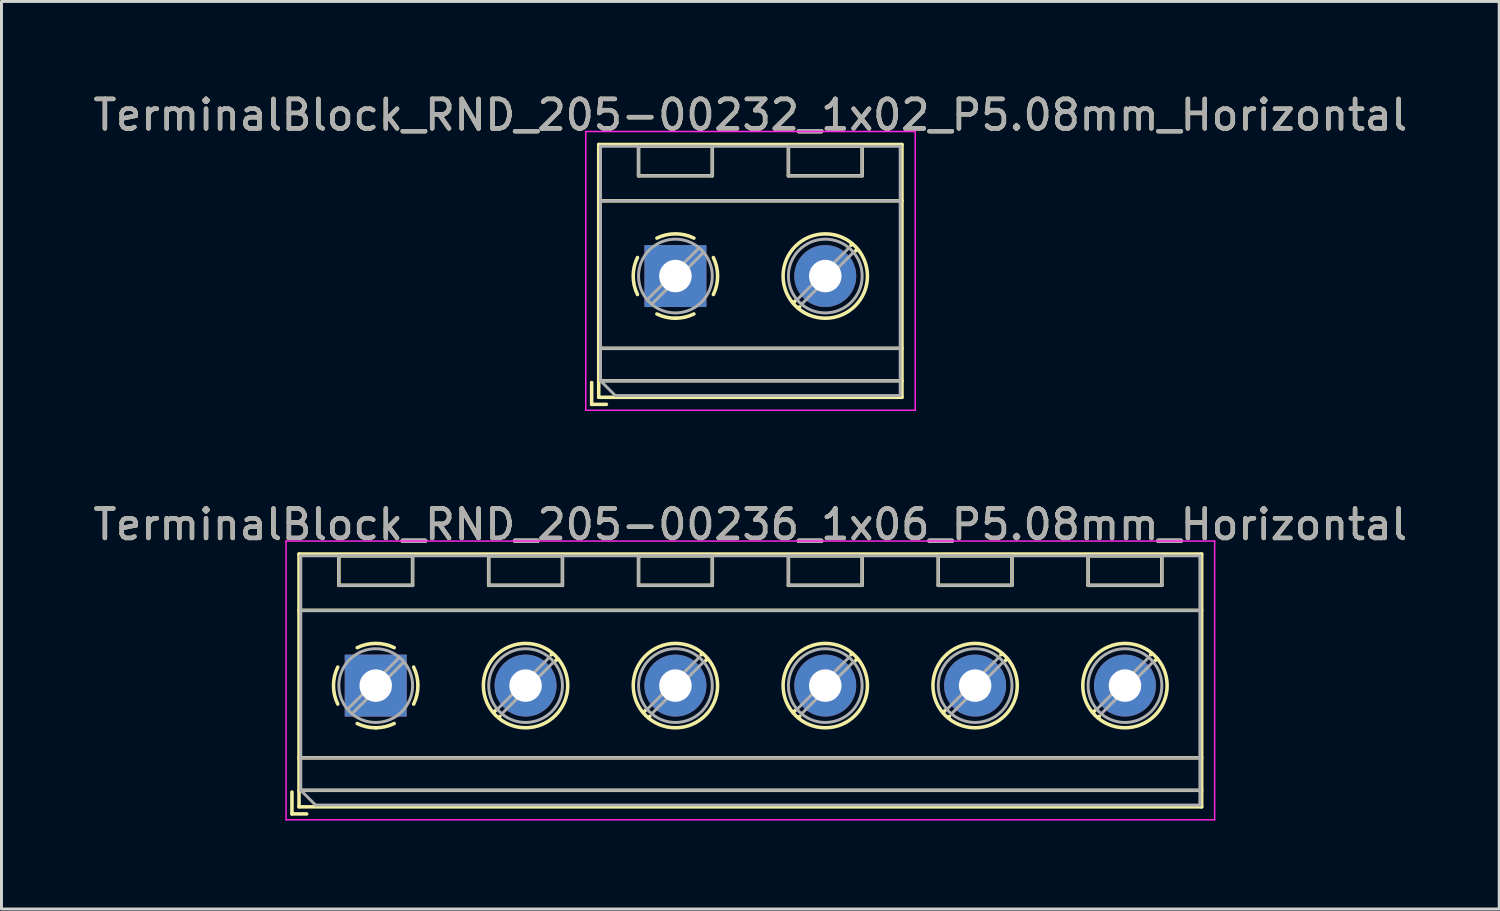
<source format=kicad_pcb>
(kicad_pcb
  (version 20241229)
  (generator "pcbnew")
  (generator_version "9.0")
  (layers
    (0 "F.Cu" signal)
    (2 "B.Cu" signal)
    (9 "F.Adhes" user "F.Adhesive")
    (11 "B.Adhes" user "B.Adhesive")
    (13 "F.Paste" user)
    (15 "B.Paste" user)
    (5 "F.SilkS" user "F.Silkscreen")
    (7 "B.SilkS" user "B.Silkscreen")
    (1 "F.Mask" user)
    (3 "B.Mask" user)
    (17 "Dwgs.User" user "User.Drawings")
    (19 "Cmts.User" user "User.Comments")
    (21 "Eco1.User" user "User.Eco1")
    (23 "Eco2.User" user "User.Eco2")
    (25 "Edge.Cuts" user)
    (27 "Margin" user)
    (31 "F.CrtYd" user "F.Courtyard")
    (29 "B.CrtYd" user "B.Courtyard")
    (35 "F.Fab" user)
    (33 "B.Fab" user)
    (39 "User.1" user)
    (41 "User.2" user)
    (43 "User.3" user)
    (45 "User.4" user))
  (footprint "TerminalBlock_RND_205-00236_1x06_P5.08mm_Horizontal"
    (layer "F.Cu")
    (at 9.687 20.192)
    (property "Reference" "TerminalBlock_RND_205-00236_1x06_P5.08mm_Horizontal" (at 12.7 -5.46 0) (layer "F.SilkS") (effects (font (size 1 1) (thickness 0.15))))
    (attr through_hole)
    (fp_line (start -2.84 3.61) (end -2.84 4.35) (stroke (width 0.12) (type solid)) (layer "F.SilkS"))
    (fp_line (start -2.84 4.35) (end -2.34 4.35) (stroke (width 0.12) (type solid)) (layer "F.SilkS"))
    (fp_line (start -2.6 -4.46) (end -2.6 4.11) (stroke (width 0.12) (type solid)) (layer "F.SilkS"))
    (fp_line (start -2.6 -4.46) (end 28 -4.46) (stroke (width 0.12) (type solid)) (layer "F.SilkS"))
    (fp_line (start -2.6 -2.55) (end 28 -2.55) (stroke (width 0.12) (type solid)) (layer "F.SilkS"))
    (fp_line (start -2.6 2.45) (end 28 2.45) (stroke (width 0.12) (type solid)) (layer "F.SilkS"))
    (fp_line (start -2.6 3.55) (end 28 3.55) (stroke (width 0.12) (type solid)) (layer "F.SilkS"))
    (fp_line (start -2.6 4.11) (end 28 4.11) (stroke (width 0.12) (type solid)) (layer "F.SilkS"))
    (fp_line (start -1.25 -4.4) (end -1.25 -3.4) (stroke (width 0.12) (type solid)) (layer "F.SilkS"))
    (fp_line (start -1.25 -4.4) (end 1.25 -4.4) (stroke (width 0.12) (type solid)) (layer "F.SilkS"))
    (fp_line (start -1.25 -3.4) (end 1.25 -3.4) (stroke (width 0.12) (type solid)) (layer "F.SilkS"))
    (fp_line (start 1.25 -4.4) (end 1.25 -3.4) (stroke (width 0.12) (type solid)) (layer "F.SilkS"))
    (fp_line (start 3.83 -4.4) (end 3.83 -3.4) (stroke (width 0.12) (type solid)) (layer "F.SilkS"))
    (fp_line (start 3.83 -4.4) (end 6.33 -4.4) (stroke (width 0.12) (type solid)) (layer "F.SilkS"))
    (fp_line (start 3.83 -3.4) (end 6.33 -3.4) (stroke (width 0.12) (type solid)) (layer "F.SilkS"))
    (fp_line (start 4.056 0.85) (end 3.996 0.91) (stroke (width 0.12) (type solid)) (layer "F.SilkS"))
    (fp_line (start 4.21 1.045) (end 4.17 1.085) (stroke (width 0.12) (type solid)) (layer "F.SilkS"))
    (fp_line (start 5.991 -1.085) (end 5.951 -1.045) (stroke (width 0.12) (type solid)) (layer "F.SilkS"))
    (fp_line (start 6.165 -0.91) (end 6.105 -0.851) (stroke (width 0.12) (type solid)) (layer "F.SilkS"))
    (fp_line (start 6.33 -4.4) (end 6.33 -3.4) (stroke (width 0.12) (type solid)) (layer "F.SilkS"))
    (fp_line (start 8.91 -4.4) (end 8.91 -3.4) (stroke (width 0.12) (type solid)) (layer "F.SilkS"))
    (fp_line (start 8.91 -4.4) (end 11.41 -4.4) (stroke (width 0.12) (type solid)) (layer "F.SilkS"))
    (fp_line (start 8.91 -3.4) (end 11.41 -3.4) (stroke (width 0.12) (type solid)) (layer "F.SilkS"))
    (fp_line (start 9.136 0.85) (end 9.076 0.91) (stroke (width 0.12) (type solid)) (layer "F.SilkS"))
    (fp_line (start 9.29 1.045) (end 9.25 1.085) (stroke (width 0.12) (type solid)) (layer "F.SilkS"))
    (fp_line (start 11.071 -1.085) (end 11.031 -1.045) (stroke (width 0.12) (type solid)) (layer "F.SilkS"))
    (fp_line (start 11.245 -0.91) (end 11.185 -0.851) (stroke (width 0.12) (type solid)) (layer "F.SilkS"))
    (fp_line (start 11.41 -4.4) (end 11.41 -3.4) (stroke (width 0.12) (type solid)) (layer "F.SilkS"))
    (fp_line (start 13.99 -4.4) (end 13.99 -3.4) (stroke (width 0.12) (type solid)) (layer "F.SilkS"))
    (fp_line (start 13.99 -4.4) (end 16.49 -4.4) (stroke (width 0.12) (type solid)) (layer "F.SilkS"))
    (fp_line (start 13.99 -3.4) (end 16.49 -3.4) (stroke (width 0.12) (type solid)) (layer "F.SilkS"))
    (fp_line (start 14.216 0.85) (end 14.156 0.91) (stroke (width 0.12) (type solid)) (layer "F.SilkS"))
    (fp_line (start 14.37 1.045) (end 14.33 1.085) (stroke (width 0.12) (type solid)) (layer "F.SilkS"))
    (fp_line (start 16.151 -1.085) (end 16.111 -1.045) (stroke (width 0.12) (type solid)) (layer "F.SilkS"))
    (fp_line (start 16.325 -0.91) (end 16.265 -0.851) (stroke (width 0.12) (type solid)) (layer "F.SilkS"))
    (fp_line (start 16.49 -4.4) (end 16.49 -3.4) (stroke (width 0.12) (type solid)) (layer "F.SilkS"))
    (fp_line (start 19.07 -4.4) (end 19.07 -3.4) (stroke (width 0.12) (type solid)) (layer "F.SilkS"))
    (fp_line (start 19.07 -4.4) (end 21.57 -4.4) (stroke (width 0.12) (type solid)) (layer "F.SilkS"))
    (fp_line (start 19.07 -3.4) (end 21.57 -3.4) (stroke (width 0.12) (type solid)) (layer "F.SilkS"))
    (fp_line (start 19.296 0.85) (end 19.236 0.91) (stroke (width 0.12) (type solid)) (layer "F.SilkS"))
    (fp_line (start 19.45 1.045) (end 19.41 1.085) (stroke (width 0.12) (type solid)) (layer "F.SilkS"))
    (fp_line (start 21.231 -1.085) (end 21.191 -1.045) (stroke (width 0.12) (type solid)) (layer "F.SilkS"))
    (fp_line (start 21.405 -0.91) (end 21.345 -0.851) (stroke (width 0.12) (type solid)) (layer "F.SilkS"))
    (fp_line (start 21.57 -4.4) (end 21.57 -3.4) (stroke (width 0.12) (type solid)) (layer "F.SilkS"))
    (fp_line (start 24.15 -4.4) (end 24.15 -3.4) (stroke (width 0.12) (type solid)) (layer "F.SilkS"))
    (fp_line (start 24.15 -4.4) (end 26.65 -4.4) (stroke (width 0.12) (type solid)) (layer "F.SilkS"))
    (fp_line (start 24.15 -3.4) (end 26.65 -3.4) (stroke (width 0.12) (type solid)) (layer "F.SilkS"))
    (fp_line (start 24.376 0.85) (end 24.316 0.91) (stroke (width 0.12) (type solid)) (layer "F.SilkS"))
    (fp_line (start 24.53 1.045) (end 24.49 1.085) (stroke (width 0.12) (type solid)) (layer "F.SilkS"))
    (fp_line (start 26.311 -1.085) (end 26.271 -1.045) (stroke (width 0.12) (type solid)) (layer "F.SilkS"))
    (fp_line (start 26.485 -0.91) (end 26.425 -0.851) (stroke (width 0.12) (type solid)) (layer "F.SilkS"))
    (fp_line (start 26.65 -4.4) (end 26.65 -3.4) (stroke (width 0.12) (type solid)) (layer "F.SilkS"))
    (fp_line (start 28 -4.46) (end 28 4.11) (stroke (width 0.12) (type solid)) (layer "F.SilkS"))
    (fp_arc (start -1.286611 0.626746) (mid -1.431146 -0.000697) (end -1.286 -0.628) (stroke (width 0.12) (type solid)) (layer "F.SilkS"))
    (fp_arc (start -0.627362 -1.285823) (mid -0.000201 -1.430707) (end 0.627 -1.286) (stroke (width 0.12) (type solid)) (layer "F.SilkS"))
    (fp_arc (start 0.02428 1.43094) (mid -0.310437 1.397071) (end -0.628 1.286) (stroke (width 0.12) (type solid)) (layer "F.SilkS"))
    (fp_arc (start 0.626871 1.285275) (mid 0.32168 1.393349) (end 0 1.43) (stroke (width 0.12) (type solid)) (layer "F.SilkS"))
    (fp_arc (start 1.285823 -0.627362) (mid 1.430707 -0.000201) (end 1.286 0.627) (stroke (width 0.12) (type solid)) (layer "F.SilkS"))
    (fp_circle (center 5.08 0) (end 6.51 0) (stroke (width 0.12) (type solid)) (fill no) (layer "F.SilkS"))
    (fp_circle (center 10.16 0) (end 11.59 0) (stroke (width 0.12) (type solid)) (fill no) (layer "F.SilkS"))
    (fp_circle (center 15.24 0) (end 16.67 0) (stroke (width 0.12) (type solid)) (fill no) (layer "F.SilkS"))
    (fp_circle (center 20.32 0) (end 21.75 0) (stroke (width 0.12) (type solid)) (fill no) (layer "F.SilkS"))
    (fp_circle (center 25.4 0) (end 26.83 0) (stroke (width 0.12) (type solid)) (fill no) (layer "F.SilkS"))
    (fp_line (start -3.04 -4.9) (end -3.04 4.55) (stroke (width 0.05) (type solid)) (layer "F.CrtYd"))
    (fp_line (start -3.04 4.55) (end 28.44 4.55) (stroke (width 0.05) (type solid)) (layer "F.CrtYd"))
    (fp_line (start 28.44 -4.9) (end -3.04 -4.9) (stroke (width 0.05) (type solid)) (layer "F.CrtYd"))
    (fp_line (start 28.44 4.55) (end 28.44 -4.9) (stroke (width 0.05) (type solid)) (layer "F.CrtYd"))
    (fp_line (start -2.54 -4.4) (end 27.94 -4.4) (stroke (width 0.1) (type solid)) (layer "F.Fab"))
    (fp_line (start -2.54 -2.55) (end 27.94 -2.55) (stroke (width 0.1) (type solid)) (layer "F.Fab"))
    (fp_line (start -2.54 2.45) (end 27.94 2.45) (stroke (width 0.1) (type solid)) (layer "F.Fab"))
    (fp_line (start -2.54 3.55) (end -2.54 -4.4) (stroke (width 0.1) (type solid)) (layer "F.Fab"))
    (fp_line (start -2.54 3.55) (end 27.94 3.55) (stroke (width 0.1) (type solid)) (layer "F.Fab"))
    (fp_line (start -2.04 4.05) (end -2.54 3.55) (stroke (width 0.1) (type solid)) (layer "F.Fab"))
    (fp_line (start -1.25 -4.4) (end -1.25 -3.4) (stroke (width 0.1) (type solid)) (layer "F.Fab"))
    (fp_line (start -1.25 -3.4) (end 1.25 -3.4) (stroke (width 0.1) (type solid)) (layer "F.Fab"))
    (fp_line (start 0.796 -0.948) (end -0.949 0.796) (stroke (width 0.1) (type solid)) (layer "F.Fab"))
    (fp_line (start 0.949 -0.796) (end -0.796 0.948) (stroke (width 0.1) (type solid)) (layer "F.Fab"))
    (fp_line (start 1.25 -4.4) (end -1.25 -4.4) (stroke (width 0.1) (type solid)) (layer "F.Fab"))
    (fp_line (start 1.25 -3.4) (end 1.25 -4.4) (stroke (width 0.1) (type solid)) (layer "F.Fab"))
    (fp_line (start 3.83 -4.4) (end 3.83 -3.4) (stroke (width 0.1) (type solid)) (layer "F.Fab"))
    (fp_line (start 3.83 -3.4) (end 6.33 -3.4) (stroke (width 0.1) (type solid)) (layer "F.Fab"))
    (fp_line (start 5.876 -0.948) (end 4.132 0.796) (stroke (width 0.1) (type solid)) (layer "F.Fab"))
    (fp_line (start 6.029 -0.796) (end 4.285 0.948) (stroke (width 0.1) (type solid)) (layer "F.Fab"))
    (fp_line (start 6.33 -4.4) (end 3.83 -4.4) (stroke (width 0.1) (type solid)) (layer "F.Fab"))
    (fp_line (start 6.33 -3.4) (end 6.33 -4.4) (stroke (width 0.1) (type solid)) (layer "F.Fab"))
    (fp_line (start 8.91 -4.4) (end 8.91 -3.4) (stroke (width 0.1) (type solid)) (layer "F.Fab"))
    (fp_line (start 8.91 -3.4) (end 11.41 -3.4) (stroke (width 0.1) (type solid)) (layer "F.Fab"))
    (fp_line (start 10.956 -0.948) (end 9.212 0.796) (stroke (width 0.1) (type solid)) (layer "F.Fab"))
    (fp_line (start 11.109 -0.796) (end 9.365 0.948) (stroke (width 0.1) (type solid)) (layer "F.Fab"))
    (fp_line (start 11.41 -4.4) (end 8.91 -4.4) (stroke (width 0.1) (type solid)) (layer "F.Fab"))
    (fp_line (start 11.41 -3.4) (end 11.41 -4.4) (stroke (width 0.1) (type solid)) (layer "F.Fab"))
    (fp_line (start 13.99 -4.4) (end 13.99 -3.4) (stroke (width 0.1) (type solid)) (layer "F.Fab"))
    (fp_line (start 13.99 -3.4) (end 16.49 -3.4) (stroke (width 0.1) (type solid)) (layer "F.Fab"))
    (fp_line (start 16.036 -0.948) (end 14.292 0.796) (stroke (width 0.1) (type solid)) (layer "F.Fab"))
    (fp_line (start 16.189 -0.796) (end 14.445 0.948) (stroke (width 0.1) (type solid)) (layer "F.Fab"))
    (fp_line (start 16.49 -4.4) (end 13.99 -4.4) (stroke (width 0.1) (type solid)) (layer "F.Fab"))
    (fp_line (start 16.49 -3.4) (end 16.49 -4.4) (stroke (width 0.1) (type solid)) (layer "F.Fab"))
    (fp_line (start 19.07 -4.4) (end 19.07 -3.4) (stroke (width 0.1) (type solid)) (layer "F.Fab"))
    (fp_line (start 19.07 -3.4) (end 21.57 -3.4) (stroke (width 0.1) (type solid)) (layer "F.Fab"))
    (fp_line (start 21.116 -0.948) (end 19.372 0.796) (stroke (width 0.1) (type solid)) (layer "F.Fab"))
    (fp_line (start 21.269 -0.796) (end 19.525 0.948) (stroke (width 0.1) (type solid)) (layer "F.Fab"))
    (fp_line (start 21.57 -4.4) (end 19.07 -4.4) (stroke (width 0.1) (type solid)) (layer "F.Fab"))
    (fp_line (start 21.57 -3.4) (end 21.57 -4.4) (stroke (width 0.1) (type solid)) (layer "F.Fab"))
    (fp_line (start 24.15 -4.4) (end 24.15 -3.4) (stroke (width 0.1) (type solid)) (layer "F.Fab"))
    (fp_line (start 24.15 -3.4) (end 26.65 -3.4) (stroke (width 0.1) (type solid)) (layer "F.Fab"))
    (fp_line (start 26.196 -0.948) (end 24.452 0.796) (stroke (width 0.1) (type solid)) (layer "F.Fab"))
    (fp_line (start 26.349 -0.796) (end 24.605 0.948) (stroke (width 0.1) (type solid)) (layer "F.Fab"))
    (fp_line (start 26.65 -4.4) (end 24.15 -4.4) (stroke (width 0.1) (type solid)) (layer "F.Fab"))
    (fp_line (start 26.65 -3.4) (end 26.65 -4.4) (stroke (width 0.1) (type solid)) (layer "F.Fab"))
    (fp_line (start 27.94 -4.4) (end 27.94 4.05) (stroke (width 0.1) (type solid)) (layer "F.Fab"))
    (fp_line (start 27.94 4.05) (end -2.04 4.05) (stroke (width 0.1) (type solid)) (layer "F.Fab"))
    (fp_circle (center 0 0) (end 1.25 0) (stroke (width 0.1) (type solid)) (fill no) (layer "F.Fab"))
    (fp_circle (center 5.08 0) (end 6.33 0) (stroke (width 0.1) (type solid)) (fill no) (layer "F.Fab"))
    (fp_circle (center 10.16 0) (end 11.41 0) (stroke (width 0.1) (type solid)) (fill no) (layer "F.Fab"))
    (fp_circle (center 15.24 0) (end 16.49 0) (stroke (width 0.1) (type solid)) (fill no) (layer "F.Fab"))
    (fp_circle (center 20.32 0) (end 21.57 0) (stroke (width 0.1) (type solid)) (fill no) (layer "F.Fab"))
    (fp_circle (center 25.4 0) (end 26.65 0) (stroke (width 0.1) (type solid)) (fill no) (layer "F.Fab"))
    (fp_text user "${REFERENCE}" (at 12.7 -5.46 0) (layer "F.Fab") (effects (font (size 1 1) (thickness 0.15))))
    (pad "1" thru_hole rect (at 0 0) (size 2.1 2.1) (drill 1.1) (layers "*.Cu" "*.Mask"))
    (pad "2" thru_hole circle (at 5.08 0) (size 2.1 2.1) (drill 1.1) (layers "*.Cu" "*.Mask"))
    (pad "3" thru_hole circle (at 10.16 0) (size 2.1 2.1) (drill 1.1) (layers "*.Cu" "*.Mask"))
    (pad "4" thru_hole circle (at 15.24 0) (size 2.1 2.1) (drill 1.1) (layers "*.Cu" "*.Mask"))
    (pad "5" thru_hole circle (at 20.32 0) (size 2.1 2.1) (drill 1.1) (layers "*.Cu" "*.Mask"))
    (pad "6" thru_hole circle (at 25.4 0) (size 2.1 2.1) (drill 1.1) (layers "*.Cu" "*.Mask")))
  (footprint "TerminalBlock_RND_205-00232_1x02_P5.08mm_Horizontal"
    (layer "F.Cu")
    (at 19.847 6.308)
    (property "Reference" "TerminalBlock_RND_205-00232_1x02_P5.08mm_Horizontal" (at 2.54 -5.46 0) (layer "F.SilkS") (effects (font (size 1 1) (thickness 0.15))))
    (attr through_hole)
    (fp_line (start -2.84 3.61) (end -2.84 4.35) (stroke (width 0.12) (type solid)) (layer "F.SilkS"))
    (fp_line (start -2.84 4.35) (end -2.34 4.35) (stroke (width 0.12) (type solid)) (layer "F.SilkS"))
    (fp_line (start -2.6 -4.46) (end -2.6 4.11) (stroke (width 0.12) (type solid)) (layer "F.SilkS"))
    (fp_line (start -2.6 -4.46) (end 7.68 -4.46) (stroke (width 0.12) (type solid)) (layer "F.SilkS"))
    (fp_line (start -2.6 -2.55) (end 7.68 -2.55) (stroke (width 0.12) (type solid)) (layer "F.SilkS"))
    (fp_line (start -2.6 2.45) (end 7.68 2.45) (stroke (width 0.12) (type solid)) (layer "F.SilkS"))
    (fp_line (start -2.6 3.55) (end 7.68 3.55) (stroke (width 0.12) (type solid)) (layer "F.SilkS"))
    (fp_line (start -2.6 4.11) (end 7.68 4.11) (stroke (width 0.12) (type solid)) (layer "F.SilkS"))
    (fp_line (start -1.25 -4.4) (end -1.25 -3.4) (stroke (width 0.12) (type solid)) (layer "F.SilkS"))
    (fp_line (start -1.25 -4.4) (end 1.25 -4.4) (stroke (width 0.12) (type solid)) (layer "F.SilkS"))
    (fp_line (start -1.25 -3.4) (end 1.25 -3.4) (stroke (width 0.12) (type solid)) (layer "F.SilkS"))
    (fp_line (start 1.25 -4.4) (end 1.25 -3.4) (stroke (width 0.12) (type solid)) (layer "F.SilkS"))
    (fp_line (start 3.83 -4.4) (end 3.83 -3.4) (stroke (width 0.12) (type solid)) (layer "F.SilkS"))
    (fp_line (start 3.83 -4.4) (end 6.33 -4.4) (stroke (width 0.12) (type solid)) (layer "F.SilkS"))
    (fp_line (start 3.83 -3.4) (end 6.33 -3.4) (stroke (width 0.12) (type solid)) (layer "F.SilkS"))
    (fp_line (start 4.056 0.85) (end 3.996 0.91) (stroke (width 0.12) (type solid)) (layer "F.SilkS"))
    (fp_line (start 4.21 1.045) (end 4.17 1.085) (stroke (width 0.12) (type solid)) (layer "F.SilkS"))
    (fp_line (start 5.991 -1.085) (end 5.951 -1.045) (stroke (width 0.12) (type solid)) (layer "F.SilkS"))
    (fp_line (start 6.165 -0.91) (end 6.105 -0.851) (stroke (width 0.12) (type solid)) (layer "F.SilkS"))
    (fp_line (start 6.33 -4.4) (end 6.33 -3.4) (stroke (width 0.12) (type solid)) (layer "F.SilkS"))
    (fp_line (start 7.68 -4.46) (end 7.68 4.11) (stroke (width 0.12) (type solid)) (layer "F.SilkS"))
    (fp_arc (start -1.286611 0.626746) (mid -1.431146 -0.000697) (end -1.286 -0.628) (stroke (width 0.12) (type solid)) (layer "F.SilkS"))
    (fp_arc (start -0.627362 -1.285823) (mid -0.000201 -1.430707) (end 0.627 -1.286) (stroke (width 0.12) (type solid)) (layer "F.SilkS"))
    (fp_arc (start 0.02428 1.43094) (mid -0.310437 1.397071) (end -0.628 1.286) (stroke (width 0.12) (type solid)) (layer "F.SilkS"))
    (fp_arc (start 0.626871 1.285275) (mid 0.32168 1.393349) (end 0 1.43) (stroke (width 0.12) (type solid)) (layer "F.SilkS"))
    (fp_arc (start 1.285823 -0.627362) (mid 1.430707 -0.000201) (end 1.286 0.627) (stroke (width 0.12) (type solid)) (layer "F.SilkS"))
    (fp_circle (center 5.08 0) (end 6.51 0) (stroke (width 0.12) (type solid)) (fill no) (layer "F.SilkS"))
    (fp_line (start -3.04 -4.9) (end -3.04 4.55) (stroke (width 0.05) (type solid)) (layer "F.CrtYd"))
    (fp_line (start -3.04 4.55) (end 8.13 4.55) (stroke (width 0.05) (type solid)) (layer "F.CrtYd"))
    (fp_line (start 8.13 -4.9) (end -3.04 -4.9) (stroke (width 0.05) (type solid)) (layer "F.CrtYd"))
    (fp_line (start 8.13 4.55) (end 8.13 -4.9) (stroke (width 0.05) (type solid)) (layer "F.CrtYd"))
    (fp_line (start -2.54 -4.4) (end 7.62 -4.4) (stroke (width 0.1) (type solid)) (layer "F.Fab"))
    (fp_line (start -2.54 -2.55) (end 7.62 -2.55) (stroke (width 0.1) (type solid)) (layer "F.Fab"))
    (fp_line (start -2.54 2.45) (end 7.62 2.45) (stroke (width 0.1) (type solid)) (layer "F.Fab"))
    (fp_line (start -2.54 3.55) (end -2.54 -4.4) (stroke (width 0.1) (type solid)) (layer "F.Fab"))
    (fp_line (start -2.54 3.55) (end 7.62 3.55) (stroke (width 0.1) (type solid)) (layer "F.Fab"))
    (fp_line (start -2.04 4.05) (end -2.54 3.55) (stroke (width 0.1) (type solid)) (layer "F.Fab"))
    (fp_line (start -1.25 -4.4) (end -1.25 -3.4) (stroke (width 0.1) (type solid)) (layer "F.Fab"))
    (fp_line (start -1.25 -3.4) (end 1.25 -3.4) (stroke (width 0.1) (type solid)) (layer "F.Fab"))
    (fp_line (start 0.796 -0.948) (end -0.949 0.796) (stroke (width 0.1) (type solid)) (layer "F.Fab"))
    (fp_line (start 0.949 -0.796) (end -0.796 0.948) (stroke (width 0.1) (type solid)) (layer "F.Fab"))
    (fp_line (start 1.25 -4.4) (end -1.25 -4.4) (stroke (width 0.1) (type solid)) (layer "F.Fab"))
    (fp_line (start 1.25 -3.4) (end 1.25 -4.4) (stroke (width 0.1) (type solid)) (layer "F.Fab"))
    (fp_line (start 3.83 -4.4) (end 3.83 -3.4) (stroke (width 0.1) (type solid)) (layer "F.Fab"))
    (fp_line (start 3.83 -3.4) (end 6.33 -3.4) (stroke (width 0.1) (type solid)) (layer "F.Fab"))
    (fp_line (start 5.876 -0.948) (end 4.132 0.796) (stroke (width 0.1) (type solid)) (layer "F.Fab"))
    (fp_line (start 6.029 -0.796) (end 4.285 0.948) (stroke (width 0.1) (type solid)) (layer "F.Fab"))
    (fp_line (start 6.33 -4.4) (end 3.83 -4.4) (stroke (width 0.1) (type solid)) (layer "F.Fab"))
    (fp_line (start 6.33 -3.4) (end 6.33 -4.4) (stroke (width 0.1) (type solid)) (layer "F.Fab"))
    (fp_line (start 7.62 -4.4) (end 7.62 4.05) (stroke (width 0.1) (type solid)) (layer "F.Fab"))
    (fp_line (start 7.62 4.05) (end -2.04 4.05) (stroke (width 0.1) (type solid)) (layer "F.Fab"))
    (fp_circle (center 0 0) (end 1.25 0) (stroke (width 0.1) (type solid)) (fill no) (layer "F.Fab"))
    (fp_circle (center 5.08 0) (end 6.33 0) (stroke (width 0.1) (type solid)) (fill no) (layer "F.Fab"))
    (fp_text user "${REFERENCE}" (at 2.54 -5.46 0) (layer "F.Fab") (effects (font (size 1 1) (thickness 0.15))))
    (pad "1" thru_hole rect (at 0 0) (size 2.1 2.1) (drill 1.1) (layers "*.Cu" "*.Mask"))
    (pad "2" thru_hole circle (at 5.08 0) (size 2.1 2.1) (drill 1.1) (layers "*.Cu" "*.Mask")))
  (gr_rect
    (start -3 -3)
    (end 47.774 27.767)
    (stroke (width 0.1) (type default))
    (fill no)
    (layer "Edge.Cuts")))
</source>
